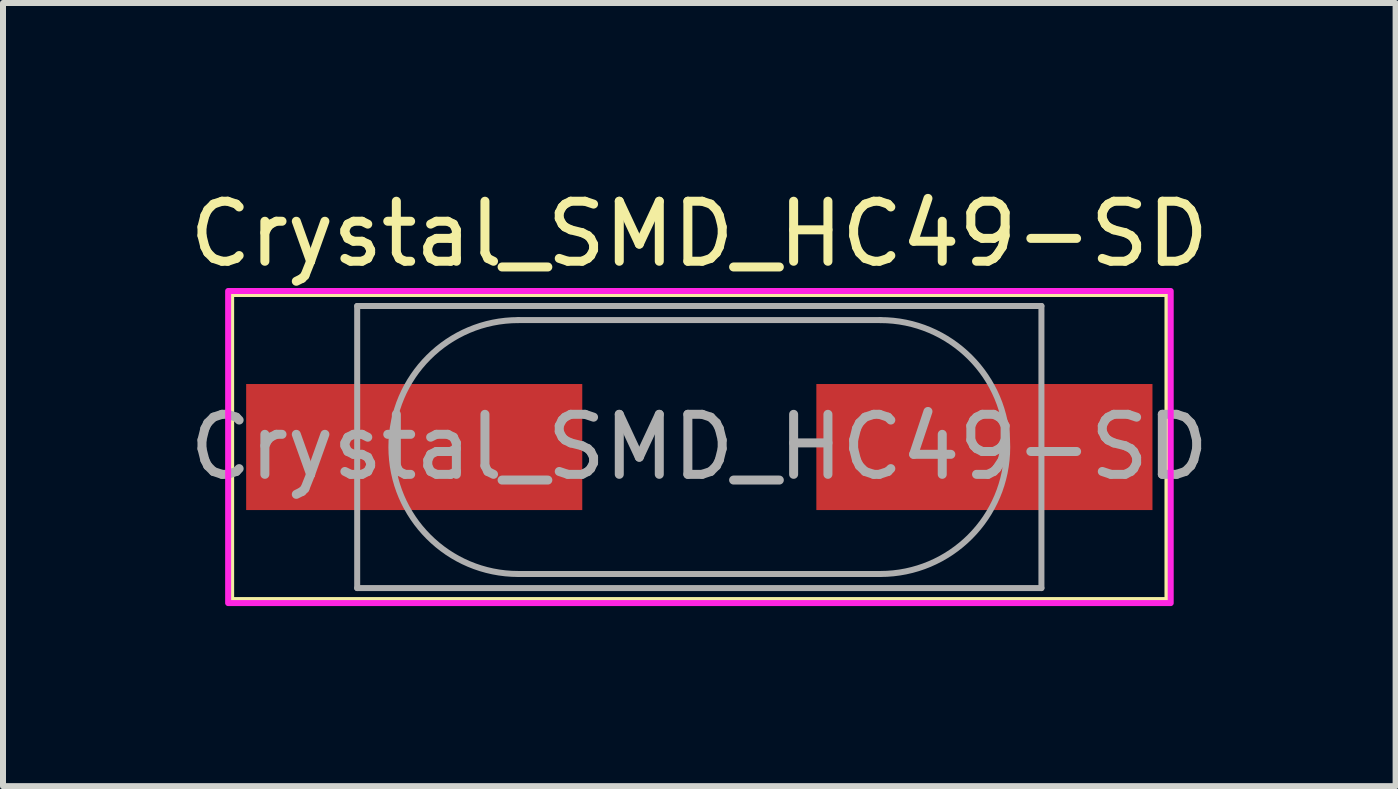
<source format=kicad_pcb>
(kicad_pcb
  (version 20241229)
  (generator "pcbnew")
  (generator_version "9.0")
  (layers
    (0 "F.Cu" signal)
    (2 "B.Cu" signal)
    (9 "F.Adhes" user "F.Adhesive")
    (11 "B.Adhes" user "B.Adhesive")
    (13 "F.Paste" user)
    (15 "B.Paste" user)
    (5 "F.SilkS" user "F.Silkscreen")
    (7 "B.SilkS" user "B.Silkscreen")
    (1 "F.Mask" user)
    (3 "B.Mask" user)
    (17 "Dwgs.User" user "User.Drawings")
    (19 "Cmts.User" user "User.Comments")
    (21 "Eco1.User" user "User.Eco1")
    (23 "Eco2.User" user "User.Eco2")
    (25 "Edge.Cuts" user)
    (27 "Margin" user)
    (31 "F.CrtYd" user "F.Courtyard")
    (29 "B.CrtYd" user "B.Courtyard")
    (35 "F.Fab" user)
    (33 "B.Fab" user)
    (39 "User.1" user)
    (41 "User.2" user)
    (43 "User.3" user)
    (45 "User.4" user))
  (footprint "Crystal_SMD_HC49-SD"
    (layer "F.Cu")
    (at 8.601 4.398)
    (property "Reference" "Crystal_SMD_HC49-SD" (at 0 -3.55 0) (layer "F.SilkS") (effects (font (size 1 1) (thickness 0.15))))
    (attr smd)
    (fp_rect (start -7.8 -2.55) (end 7.8 2.55) (stroke (width 0.1) (type default)) (fill no) (layer "F.SilkS"))
    (fp_line (start 6.8 -2.6) (end -6.8 -2.6) (stroke (width 0.05) (type solid)) (layer "F.CrtYd"))
    (fp_rect (start -7.85 -2.6) (end 7.854 2.6) (stroke (width 0.1) (type default)) (fill no) (layer "F.CrtYd"))
    (fp_line (start -5.7 -2.35) (end -5.7 2.35) (stroke (width 0.1) (type solid)) (layer "F.Fab"))
    (fp_line (start -5.7 2.35) (end 5.7 2.35) (stroke (width 0.1) (type solid)) (layer "F.Fab"))
    (fp_line (start -3.015 -2.115) (end 3.015 -2.115) (stroke (width 0.1) (type solid)) (layer "F.Fab"))
    (fp_line (start -3.015 2.115) (end 3.015 2.115) (stroke (width 0.1) (type solid)) (layer "F.Fab"))
    (fp_line (start 5.7 -2.35) (end -5.7 -2.35) (stroke (width 0.1) (type solid)) (layer "F.Fab"))
    (fp_line (start 5.7 2.35) (end 5.7 -2.35) (stroke (width 0.1) (type solid)) (layer "F.Fab"))
    (fp_arc (start -3.015 2.115) (mid -5.13 0) (end -3.015 -2.115) (stroke (width 0.1) (type solid)) (layer "F.Fab"))
    (fp_arc (start 3.015 -2.115) (mid 5.13 0) (end 3.015 2.115) (stroke (width 0.1) (type solid)) (layer "F.Fab"))
    (fp_text user "${REFERENCE}" (at 0 0 0) (layer "F.Fab") (effects (font (size 1 1) (thickness 0.15))))
    (pad "1" smd rect (at -4.75 0) (size 5.6 2.1) (layers "F.Cu" "F.Mask" "F.Paste"))
    (pad "2" smd rect (at 4.75 0) (size 5.6 2.1) (layers "F.Cu" "F.Mask" "F.Paste")))
  (gr_rect
    (start -3 -3)
    (end 20.202 10.048)
    (stroke (width 0.1) (type default))
    (fill no)
    (layer "Edge.Cuts")))
</source>
